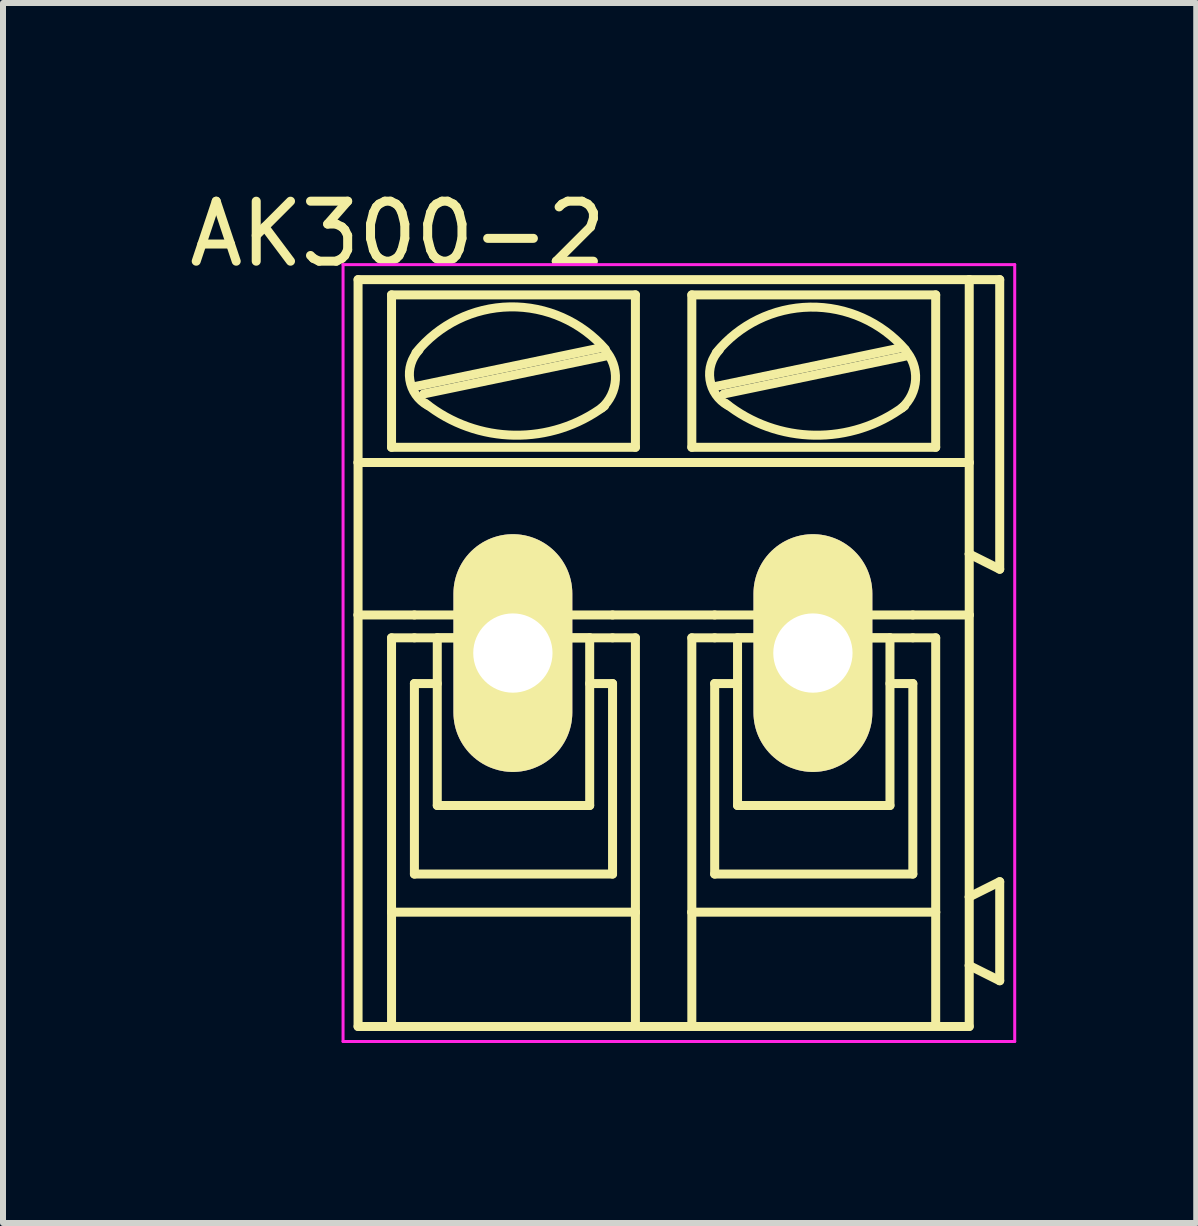
<source format=kicad_pcb>
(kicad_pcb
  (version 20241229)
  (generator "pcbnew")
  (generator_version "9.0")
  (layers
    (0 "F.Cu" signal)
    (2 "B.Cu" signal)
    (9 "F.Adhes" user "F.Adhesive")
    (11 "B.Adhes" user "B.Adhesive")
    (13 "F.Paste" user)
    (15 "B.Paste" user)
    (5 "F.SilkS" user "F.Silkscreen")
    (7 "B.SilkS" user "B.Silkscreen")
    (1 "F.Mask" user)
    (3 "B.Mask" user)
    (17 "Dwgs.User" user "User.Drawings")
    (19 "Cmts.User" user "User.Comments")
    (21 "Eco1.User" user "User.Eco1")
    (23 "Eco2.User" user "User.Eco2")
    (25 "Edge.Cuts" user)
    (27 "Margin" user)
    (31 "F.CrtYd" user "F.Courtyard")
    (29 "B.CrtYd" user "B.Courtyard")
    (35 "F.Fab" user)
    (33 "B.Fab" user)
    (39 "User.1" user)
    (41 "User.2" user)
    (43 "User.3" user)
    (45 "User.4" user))
  (footprint "AK300-2"
    (layer "F.Cu")
    (at 5.497 7.833)
    (property "Reference" "AK300-2" (at -1.92 -6.985 0) (layer "F.SilkS") (effects (font (size 1 1) (thickness 0.15))))
    (attr exclude_from_pos_files exclude_from_bom)
    (fp_line (start -2.58 -3.175) (end -2.58 -6.223) (stroke (width 0.15) (type solid)) (layer "F.SilkS"))
    (fp_line (start -2.58 -3.175) (end 7.605 -3.175) (stroke (width 0.15) (type solid)) (layer "F.SilkS"))
    (fp_line (start -2.58 -0.635) (end -2.58 -3.175) (stroke (width 0.15) (type solid)) (layer "F.SilkS"))
    (fp_line (start -2.58 -0.635) (end -1.641 -0.635) (stroke (width 0.15) (type solid)) (layer "F.SilkS"))
    (fp_line (start -2.58 6.223) (end -2.58 -0.635) (stroke (width 0.15) (type solid)) (layer "F.SilkS"))
    (fp_line (start -2.58 6.223) (end -2.022 6.223) (stroke (width 0.15) (type solid)) (layer "F.SilkS"))
    (fp_line (start -2.022 -3.429) (end -2.022 -5.969) (stroke (width 0.15) (type solid)) (layer "F.SilkS"))
    (fp_line (start -2.022 -0.254) (end -2.022 4.318) (stroke (width 0.15) (type solid)) (layer "F.SilkS"))
    (fp_line (start -2.022 -0.254) (end -1.641 -0.254) (stroke (width 0.15) (type solid)) (layer "F.SilkS"))
    (fp_line (start -2.022 4.318) (end -2.022 6.223) (stroke (width 0.15) (type solid)) (layer "F.SilkS"))
    (fp_line (start -2.022 6.223) (end 2.042 6.223) (stroke (width 0.15) (type solid)) (layer "F.SilkS"))
    (fp_line (start -1.641 -0.635) (end 1.661 -0.635) (stroke (width 0.15) (type solid)) (layer "F.SilkS"))
    (fp_line (start -1.641 0.508) (end -1.26 0.508) (stroke (width 0.15) (type solid)) (layer "F.SilkS"))
    (fp_line (start -1.641 3.683) (end -1.641 0.508) (stroke (width 0.15) (type solid)) (layer "F.SilkS"))
    (fp_line (start -1.615 -4.445) (end 1.435 -5.08) (stroke (width 0.15) (type solid)) (layer "F.SilkS"))
    (fp_line (start -1.488 -4.318) (end 1.56 -4.953) (stroke (width 0.15) (type solid)) (layer "F.SilkS"))
    (fp_line (start -1.26 -0.254) (end 1.28 -0.254) (stroke (width 0.15) (type solid)) (layer "F.SilkS"))
    (fp_line (start -1.26 2.54) (end -1.26 -0.254) (stroke (width 0.15) (type solid)) (layer "F.SilkS"))
    (fp_line (start -1.26 2.54) (end 1.28 2.54) (stroke (width 0.15) (type solid)) (layer "F.SilkS"))
    (fp_line (start 1.28 2.54) (end 1.28 -0.254) (stroke (width 0.15) (type solid)) (layer "F.SilkS"))
    (fp_line (start 1.661 -0.635) (end 3.363 -0.635) (stroke (width 0.15) (type solid)) (layer "F.SilkS"))
    (fp_line (start 1.661 -0.254) (end -1.641 -0.254) (stroke (width 0.15) (type solid)) (layer "F.SilkS"))
    (fp_line (start 1.661 0.508) (end 1.28 0.508) (stroke (width 0.15) (type solid)) (layer "F.SilkS"))
    (fp_line (start 1.661 3.683) (end -1.641 3.683) (stroke (width 0.15) (type solid)) (layer "F.SilkS"))
    (fp_line (start 1.661 3.683) (end 1.661 0.508) (stroke (width 0.15) (type solid)) (layer "F.SilkS"))
    (fp_line (start 2.042 -5.969) (end -2.022 -5.969) (stroke (width 0.15) (type solid)) (layer "F.SilkS"))
    (fp_line (start 2.042 -3.429) (end -2.022 -3.429) (stroke (width 0.15) (type solid)) (layer "F.SilkS"))
    (fp_line (start 2.042 -3.429) (end 2.042 -5.969) (stroke (width 0.15) (type solid)) (layer "F.SilkS"))
    (fp_line (start 2.042 -0.254) (end 1.661 -0.254) (stroke (width 0.15) (type solid)) (layer "F.SilkS"))
    (fp_line (start 2.042 4.318) (end -2.022 4.318) (stroke (width 0.15) (type solid)) (layer "F.SilkS"))
    (fp_line (start 2.042 4.318) (end 2.042 -0.254) (stroke (width 0.15) (type solid)) (layer "F.SilkS"))
    (fp_line (start 2.042 6.223) (end 2.042 4.318) (stroke (width 0.15) (type solid)) (layer "F.SilkS"))
    (fp_line (start 2.042 6.223) (end 2.982 6.223) (stroke (width 0.15) (type solid)) (layer "F.SilkS"))
    (fp_line (start 2.982 -5.969) (end 7.046 -5.969) (stroke (width 0.15) (type solid)) (layer "F.SilkS"))
    (fp_line (start 2.982 -3.429) (end 2.982 -5.969) (stroke (width 0.15) (type solid)) (layer "F.SilkS"))
    (fp_line (start 2.982 -0.254) (end 3.363 -0.254) (stroke (width 0.15) (type solid)) (layer "F.SilkS"))
    (fp_line (start 2.982 4.318) (end 2.982 -0.254) (stroke (width 0.15) (type solid)) (layer "F.SilkS"))
    (fp_line (start 2.982 4.318) (end 7.046 4.318) (stroke (width 0.15) (type solid)) (layer "F.SilkS"))
    (fp_line (start 2.982 6.223) (end 2.982 4.318) (stroke (width 0.15) (type solid)) (layer "F.SilkS"))
    (fp_line (start 2.982 6.223) (end 7.046 6.223) (stroke (width 0.15) (type solid)) (layer "F.SilkS"))
    (fp_line (start 3.363 -0.254) (end 6.665 -0.254) (stroke (width 0.15) (type solid)) (layer "F.SilkS"))
    (fp_line (start 3.363 0.508) (end 3.744 0.508) (stroke (width 0.15) (type solid)) (layer "F.SilkS"))
    (fp_line (start 3.363 3.683) (end 3.363 0.508) (stroke (width 0.15) (type solid)) (layer "F.SilkS"))
    (fp_line (start 3.389 -4.445) (end 6.437 -5.08) (stroke (width 0.15) (type solid)) (layer "F.SilkS"))
    (fp_line (start 3.516 -4.318) (end 6.564 -4.953) (stroke (width 0.15) (type solid)) (layer "F.SilkS"))
    (fp_line (start 3.744 -0.254) (end 6.284 -0.254) (stroke (width 0.15) (type solid)) (layer "F.SilkS"))
    (fp_line (start 3.744 2.54) (end 3.744 -0.254) (stroke (width 0.15) (type solid)) (layer "F.SilkS"))
    (fp_line (start 3.744 2.54) (end 6.284 2.54) (stroke (width 0.15) (type solid)) (layer "F.SilkS"))
    (fp_line (start 6.284 2.54) (end 6.284 -0.254) (stroke (width 0.15) (type solid)) (layer "F.SilkS"))
    (fp_line (start 6.665 -0.635) (end 3.363 -0.635) (stroke (width 0.15) (type solid)) (layer "F.SilkS"))
    (fp_line (start 6.665 0.508) (end 6.284 0.508) (stroke (width 0.15) (type solid)) (layer "F.SilkS"))
    (fp_line (start 6.665 3.683) (end 3.363 3.683) (stroke (width 0.15) (type solid)) (layer "F.SilkS"))
    (fp_line (start 6.665 3.683) (end 6.665 0.508) (stroke (width 0.15) (type solid)) (layer "F.SilkS"))
    (fp_line (start 7.046 -5.969) (end 7.046 -3.429) (stroke (width 0.15) (type solid)) (layer "F.SilkS"))
    (fp_line (start 7.046 -3.429) (end 2.982 -3.429) (stroke (width 0.15) (type solid)) (layer "F.SilkS"))
    (fp_line (start 7.046 -0.254) (end 6.665 -0.254) (stroke (width 0.15) (type solid)) (layer "F.SilkS"))
    (fp_line (start 7.046 -0.254) (end 7.046 4.318) (stroke (width 0.15) (type solid)) (layer "F.SilkS"))
    (fp_line (start 7.046 4.318) (end 7.046 6.223) (stroke (width 0.15) (type solid)) (layer "F.SilkS"))
    (fp_line (start 7.046 6.223) (end 7.605 6.223) (stroke (width 0.15) (type solid)) (layer "F.SilkS"))
    (fp_line (start 7.605 -6.223) (end -2.58 -6.223) (stroke (width 0.15) (type solid)) (layer "F.SilkS"))
    (fp_line (start 7.605 -6.223) (end 7.605 -3.175) (stroke (width 0.15) (type solid)) (layer "F.SilkS"))
    (fp_line (start 7.605 -6.223) (end 8.113 -6.223) (stroke (width 0.15) (type solid)) (layer "F.SilkS"))
    (fp_line (start 7.605 -3.175) (end 7.605 -1.651) (stroke (width 0.15) (type solid)) (layer "F.SilkS"))
    (fp_line (start 7.605 -1.651) (end 7.605 -0.635) (stroke (width 0.15) (type solid)) (layer "F.SilkS"))
    (fp_line (start 7.605 -0.635) (end 6.665 -0.635) (stroke (width 0.15) (type solid)) (layer "F.SilkS"))
    (fp_line (start 7.605 -0.635) (end 7.605 4.064) (stroke (width 0.15) (type solid)) (layer "F.SilkS"))
    (fp_line (start 7.605 4.064) (end 7.605 5.207) (stroke (width 0.15) (type solid)) (layer "F.SilkS"))
    (fp_line (start 7.605 5.207) (end 7.605 6.223) (stroke (width 0.15) (type solid)) (layer "F.SilkS"))
    (fp_line (start 8.113 -6.223) (end 8.113 -1.397) (stroke (width 0.15) (type solid)) (layer "F.SilkS"))
    (fp_line (start 8.113 -1.397) (end 7.605 -1.651) (stroke (width 0.15) (type solid)) (layer "F.SilkS"))
    (fp_line (start 8.113 3.81) (end 7.605 4.064) (stroke (width 0.15) (type solid)) (layer "F.SilkS"))
    (fp_line (start 8.113 3.81) (end 8.113 5.461) (stroke (width 0.15) (type solid)) (layer "F.SilkS"))
    (fp_line (start 8.113 5.461) (end 7.605 5.207) (stroke (width 0.15) (type solid)) (layer "F.SilkS"))
    (fp_arc (start -1.6152 -5.0038) (mid -0.050347 -5.768837) (end 1.541573 -5.061847) (stroke (width 0.15) (type solid)) (layer "F.SilkS"))
    (fp_arc (start -1.41962 -4.1275) (mid -1.717784 -4.553845) (end -1.56452 -5.051019) (stroke (width 0.15) (type solid)) (layer "F.SilkS"))
    (fp_arc (start 1.52678 -4.11734) (mid 0.024731 -3.630479) (end -1.460988 -4.165104) (stroke (width 0.15) (type solid)) (layer "F.SilkS"))
    (fp_arc (start 1.5344 -5.05206) (mid 1.708736 -4.555962) (end 1.47915 -4.08289) (stroke (width 0.15) (type solid)) (layer "F.SilkS"))
    (fp_arc (start 3.3886 -5.0038) (mid 4.951638 -5.764946) (end 6.539411 -5.056844) (stroke (width 0.15) (type solid)) (layer "F.SilkS"))
    (fp_arc (start 3.58164 -4.1275) (mid 3.284456 -4.555849) (end 3.439903 -5.053481) (stroke (width 0.15) (type solid)) (layer "F.SilkS"))
    (fp_arc (start 6.52804 -4.11734) (mid 5.025991 -3.630479) (end 3.540272 -4.165104) (stroke (width 0.15) (type solid)) (layer "F.SilkS"))
    (fp_arc (start 6.53566 -5.05206) (mid 6.710748 -4.557765) (end 6.482972 -4.085429) (stroke (width 0.15) (type solid)) (layer "F.SilkS"))
    (fp_line (start -2.83 -6.473) (end -2.83 6.473) (stroke (width 0.05) (type solid)) (layer "F.CrtYd"))
    (fp_line (start -2.83 6.473) (end 8.363 6.473) (stroke (width 0.05) (type solid)) (layer "F.CrtYd"))
    (fp_line (start 8.363 -6.473) (end -2.83 -6.473) (stroke (width 0.05) (type solid)) (layer "F.CrtYd"))
    (fp_line (start 8.363 6.473) (end 8.363 -6.473) (stroke (width 0.05) (type solid)) (layer "F.CrtYd"))
    (pad "1" thru_hole oval (at 0 0) (size 1.981 3.962) (drill 1.321) (layers "*.Cu" "F.Mask" "F.SilkS" "F.Paste"))
    (pad "2" thru_hole oval (at 5 0) (size 1.981 3.962) (drill 1.321) (layers "*.Cu" "F.Mask" "F.SilkS" "F.Paste")))
  (gr_rect
    (start -3 -3)
    (end 16.885 17.331)
    (stroke (width 0.1) (type default))
    (fill no)
    (layer "Edge.Cuts")))
</source>
